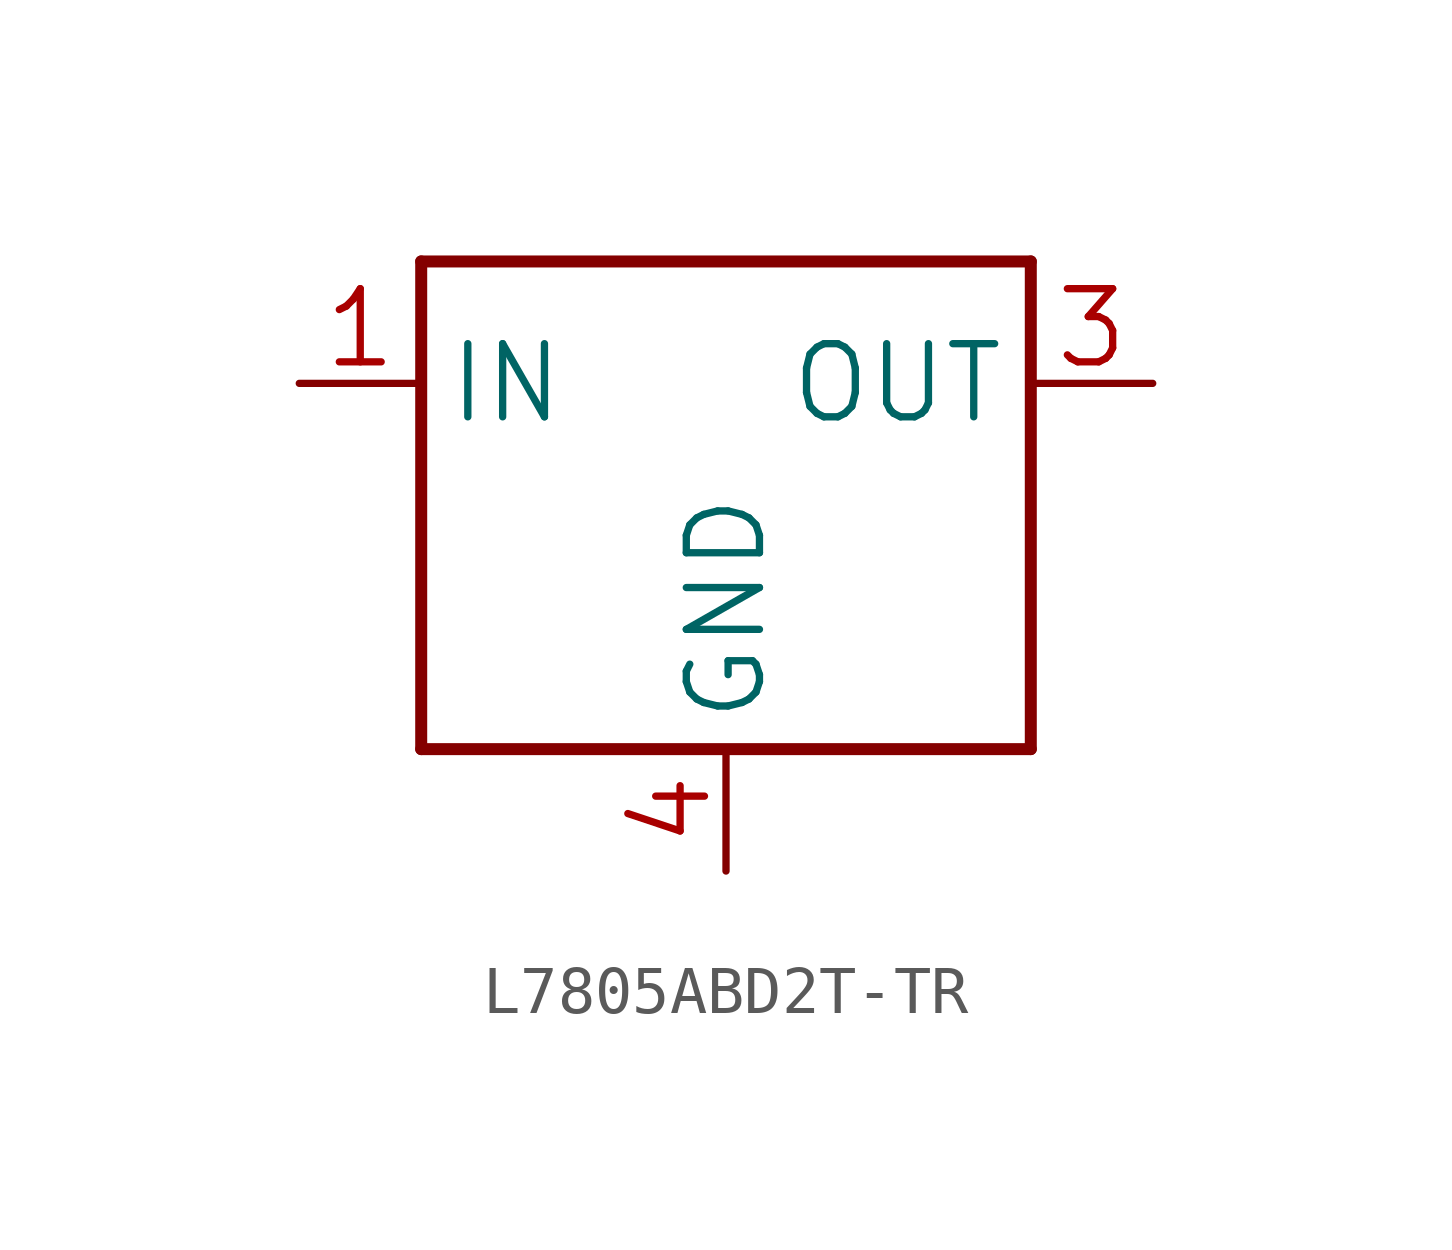
<source format=kicad_sym>
(kicad_symbol_lib
  (version 20241209)
  (generator "kicad_symbol_editor")
  (generator_version "9.0")
  (symbol "L7805ABD2T-TR"
    (property "Reference" "U"
      (at 0 0 0)
      (effects (font (size 1.27 1.27)) (hide yes)))
    (property "ki_locked" ""
      (at 0 0 0)
      (effects (font (size 1.27 1.27))))
    (symbol "L7805ABD2T-TR_1_0"
      (polyline (pts (xy -6.35 5.08) (xy 6.35 5.08)) (stroke (width 0.25) (type solid)) (fill (type none)))
      (polyline (pts (xy -6.35 -5.08) (xy -6.35 5.08)) (stroke (width 0.25) (type solid)) (fill (type none)))
      (polyline (pts (xy 6.35 5.08) (xy 6.35 -5.08)) (stroke (width 0.25) (type solid)) (fill (type none)))
      (polyline (pts (xy 6.35 -5.08) (xy -6.35 -5.08)) (stroke (width 0.25) (type solid)) (fill (type none)))
      (pin input line (at -8.89 2.54 0) (length 2.54) (name "IN" (effects (font (size 1.524 1.524)))) (number "1" (effects (font (size 1.524 1.524)))))
      (pin power_in line (at 0 -7.62 90) (length 2.54) (name "GND" (effects (font (size 1.524 1.524)))) (number "4" (effects (font (size 1.524 1.524)))))
      (pin output line (at 8.89 2.54 180) (length 2.54) (name "OUT" (effects (font (size 1.524 1.524)))) (number "3" (effects (font (size 1.524 1.524))))))))
</source>
